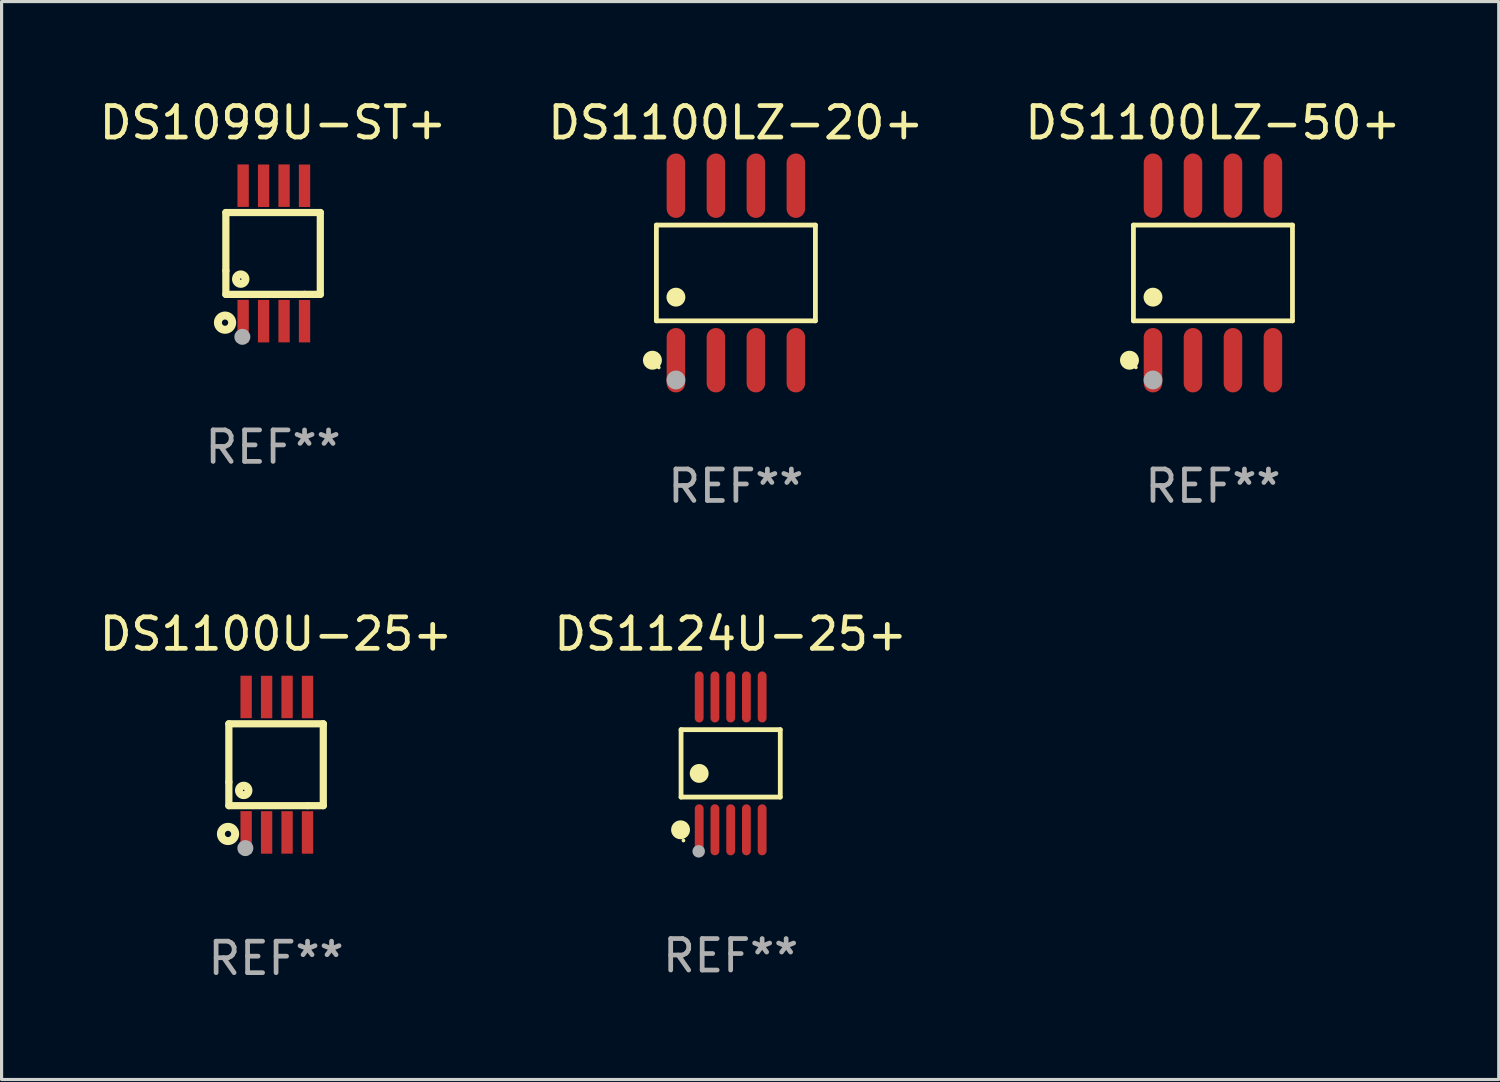
<source format=kicad_pcb>
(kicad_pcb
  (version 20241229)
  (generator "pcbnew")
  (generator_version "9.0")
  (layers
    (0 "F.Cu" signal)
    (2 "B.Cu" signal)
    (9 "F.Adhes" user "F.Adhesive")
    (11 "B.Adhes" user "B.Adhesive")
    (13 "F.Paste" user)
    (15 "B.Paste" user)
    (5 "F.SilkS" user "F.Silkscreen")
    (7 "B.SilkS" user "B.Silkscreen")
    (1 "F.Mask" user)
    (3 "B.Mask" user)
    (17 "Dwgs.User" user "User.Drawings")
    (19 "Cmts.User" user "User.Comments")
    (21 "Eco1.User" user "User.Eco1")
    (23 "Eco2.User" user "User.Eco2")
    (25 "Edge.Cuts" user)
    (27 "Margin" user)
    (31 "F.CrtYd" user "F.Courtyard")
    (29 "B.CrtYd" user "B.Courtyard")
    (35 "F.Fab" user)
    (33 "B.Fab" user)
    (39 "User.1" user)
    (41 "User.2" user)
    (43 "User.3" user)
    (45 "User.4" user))
  (footprint "DS1100LZ-20+"
    (layer "F.Cu")
    (at 20.327 5.621)
    (property "Reference" "DS1100LZ-20+" (at 0 -4.772 0) (layer "F.SilkS") (effects (font (size 1 1) (thickness 0.15))))
    (attr through_hole)
    (fp_line (start -2.526 -1.521) (end 2.526 -1.521) (stroke (width 0.152) (type solid)) (layer "F.SilkS"))
    (fp_line (start -2.526 1.521) (end -2.526 -1.521) (stroke (width 0.152) (type solid)) (layer "F.SilkS"))
    (fp_line (start 2.526 -1.521) (end 2.526 1.521) (stroke (width 0.152) (type solid)) (layer "F.SilkS"))
    (fp_line (start 2.526 1.521) (end -2.526 1.521) (stroke (width 0.152) (type solid)) (layer "F.SilkS"))
    (fp_circle (center -2.652 2.772) (end -2.501 2.772) (stroke (width 0.3) (type solid)) (fill no) (layer "F.SilkS"))
    (fp_circle (center -2.45 3) (end -2.42 3) (stroke (width 0.06) (type solid)) (fill no) (layer "F.SilkS"))
    (fp_circle (center -1.905 0.769) (end -1.755 0.769) (stroke (width 0.3) (type solid)) (fill no) (layer "F.SilkS"))
    (fp_circle (center -1.905 3.4) (end -1.755 3.4) (stroke (width 0.3) (type solid)) (fill no) (layer "F.Fab"))
    (fp_text user "REF**" (at 0 6.772 0) (layer "F.Fab") (effects (font (size 1 1) (thickness 0.15))))
    (pad "1" smd oval (at -1.905 2.772) (size 0.588 2.045) (layers "F.Cu" "F.Mask" "F.Paste"))
    (pad "2" smd oval (at -0.635 2.772) (size 0.588 2.045) (layers "F.Cu" "F.Mask" "F.Paste"))
    (pad "3" smd oval (at 0.635 2.772) (size 0.588 2.045) (layers "F.Cu" "F.Mask" "F.Paste"))
    (pad "4" smd oval (at 1.905 2.772) (size 0.588 2.045) (layers "F.Cu" "F.Mask" "F.Paste"))
    (pad "5" smd oval (at 1.905 -2.772) (size 0.588 2.045) (layers "F.Cu" "F.Mask" "F.Paste"))
    (pad "6" smd oval (at 0.635 -2.772) (size 0.588 2.045) (layers "F.Cu" "F.Mask" "F.Paste"))
    (pad "7" smd oval (at -0.635 -2.772) (size 0.588 2.045) (layers "F.Cu" "F.Mask" "F.Paste"))
    (pad "8" smd oval (at -1.905 -2.772) (size 0.588 2.045) (layers "F.Cu" "F.Mask" "F.Paste")))
  (footprint "DS1099U-ST+"
    (layer "F.Cu")
    (at 5.625 5)
    (property "Reference" "DS1099U-ST+" (at 0 -4.152 0) (layer "F.SilkS") (effects (font (size 1 1) (thickness 0.15))))
    (attr through_hole)
    (fp_line (start -1.5 1.301) (end 1 1.301) (stroke (width 0.229) (type solid)) (layer "F.SilkS"))
    (fp_line (start -1.5 -1.299) (end -1.5 0.551) (stroke (width 0.229) (type solid)) (layer "F.SilkS"))
    (fp_line (start -1.5 0.551) (end -1.5 1.301) (stroke (width 0.229) (type solid)) (layer "F.SilkS"))
    (fp_line (start 1 1.301) (end 1.5 1.301) (stroke (width 0.229) (type solid)) (layer "F.SilkS"))
    (fp_line (start 1.5 1.301) (end 1.5 -1.299) (stroke (width 0.229) (type solid)) (layer "F.SilkS"))
    (fp_line (start 1.5 -1.299) (end -1.5 -1.299) (stroke (width 0.229) (type solid)) (layer "F.SilkS"))
    (fp_circle (center -1.526 2.2) (end -1.426 2.2) (stroke (width 0.254) (type solid)) (fill no) (layer "F.SilkS"))
    (fp_circle (center -1.476 2.45) (end -1.446 2.45) (stroke (width 0.06) (type solid)) (fill no) (layer "F.SilkS"))
    (fp_circle (center -1.028 0.817) (end -0.878 0.817) (stroke (width 0.254) (type solid)) (fill no) (layer "F.SilkS"))
    (fp_circle (center -0.976 2.65) (end -0.849 2.65) (stroke (width 0.254) (type solid)) (fill no) (layer "F.Fab"))
    (fp_text user "REF**" (at 0 6.152 0) (layer "F.Fab") (effects (font (size 1 1) (thickness 0.15))))
    (pad "1" smd rect (at -0.951 2.15) (size 0.36 1.35) (layers "F.Cu" "F.Mask" "F.Paste"))
    (pad "2" smd rect (at -0.301 2.152) (size 0.36 1.35) (layers "F.Cu" "F.Mask" "F.Paste"))
    (pad "3" smd rect (at 0.349 2.151) (size 0.36 1.35) (layers "F.Cu" "F.Mask" "F.Paste"))
    (pad "4" smd rect (at 0.999 2.152) (size 0.36 1.35) (layers "F.Cu" "F.Mask" "F.Paste"))
    (pad "5" smd rect (at 0.999 -2.149) (size 0.36 1.35) (layers "F.Cu" "F.Mask" "F.Paste"))
    (pad "6" smd rect (at 0.349 -2.152) (size 0.36 1.35) (layers "F.Cu" "F.Mask" "F.Paste"))
    (pad "7" smd rect (at -0.301 -2.149) (size 0.36 1.35) (layers "F.Cu" "F.Mask" "F.Paste"))
    (pad "8" smd rect (at -0.951 -2.152) (size 0.36 1.35) (layers "F.Cu" "F.Mask" "F.Paste")))
  (footprint "DS1100LZ-50+"
    (layer "F.Cu")
    (at 35.482 5.621)
    (property "Reference" "DS1100LZ-50+" (at 0 -4.772 0) (layer "F.SilkS") (effects (font (size 1 1) (thickness 0.15))))
    (attr through_hole)
    (fp_line (start -2.526 -1.521) (end 2.526 -1.521) (stroke (width 0.152) (type solid)) (layer "F.SilkS"))
    (fp_line (start -2.526 1.521) (end -2.526 -1.521) (stroke (width 0.152) (type solid)) (layer "F.SilkS"))
    (fp_line (start 2.526 -1.521) (end 2.526 1.521) (stroke (width 0.152) (type solid)) (layer "F.SilkS"))
    (fp_line (start 2.526 1.521) (end -2.526 1.521) (stroke (width 0.152) (type solid)) (layer "F.SilkS"))
    (fp_circle (center -2.652 2.772) (end -2.501 2.772) (stroke (width 0.3) (type solid)) (fill no) (layer "F.SilkS"))
    (fp_circle (center -2.45 3) (end -2.42 3) (stroke (width 0.06) (type solid)) (fill no) (layer "F.SilkS"))
    (fp_circle (center -1.905 0.769) (end -1.755 0.769) (stroke (width 0.3) (type solid)) (fill no) (layer "F.SilkS"))
    (fp_circle (center -1.905 3.4) (end -1.755 3.4) (stroke (width 0.3) (type solid)) (fill no) (layer "F.Fab"))
    (fp_text user "REF**" (at 0 6.772 0) (layer "F.Fab") (effects (font (size 1 1) (thickness 0.15))))
    (pad "1" smd oval (at -1.905 2.772) (size 0.588 2.045) (layers "F.Cu" "F.Mask" "F.Paste"))
    (pad "2" smd oval (at -0.635 2.772) (size 0.588 2.045) (layers "F.Cu" "F.Mask" "F.Paste"))
    (pad "3" smd oval (at 0.635 2.772) (size 0.588 2.045) (layers "F.Cu" "F.Mask" "F.Paste"))
    (pad "4" smd oval (at 1.905 2.772) (size 0.588 2.045) (layers "F.Cu" "F.Mask" "F.Paste"))
    (pad "5" smd oval (at 1.905 -2.772) (size 0.588 2.045) (layers "F.Cu" "F.Mask" "F.Paste"))
    (pad "6" smd oval (at 0.635 -2.772) (size 0.588 2.045) (layers "F.Cu" "F.Mask" "F.Paste"))
    (pad "7" smd oval (at -0.635 -2.772) (size 0.588 2.045) (layers "F.Cu" "F.Mask" "F.Paste"))
    (pad "8" smd oval (at -1.905 -2.772) (size 0.588 2.045) (layers "F.Cu" "F.Mask" "F.Paste")))
  (footprint "DS1100U-25+"
    (layer "F.Cu")
    (at 5.72 21.242)
    (property "Reference" "DS1100U-25+" (at 0 -4.152 0) (layer "F.SilkS") (effects (font (size 1 1) (thickness 0.15))))
    (attr through_hole)
    (fp_line (start -1.5 1.301) (end 1 1.301) (stroke (width 0.229) (type solid)) (layer "F.SilkS"))
    (fp_line (start -1.5 -1.299) (end -1.5 0.551) (stroke (width 0.229) (type solid)) (layer "F.SilkS"))
    (fp_line (start -1.5 0.551) (end -1.5 1.301) (stroke (width 0.229) (type solid)) (layer "F.SilkS"))
    (fp_line (start 1 1.301) (end 1.5 1.301) (stroke (width 0.229) (type solid)) (layer "F.SilkS"))
    (fp_line (start 1.5 1.301) (end 1.5 -1.299) (stroke (width 0.229) (type solid)) (layer "F.SilkS"))
    (fp_line (start 1.5 -1.299) (end -1.5 -1.299) (stroke (width 0.229) (type solid)) (layer "F.SilkS"))
    (fp_circle (center -1.526 2.2) (end -1.426 2.2) (stroke (width 0.254) (type solid)) (fill no) (layer "F.SilkS"))
    (fp_circle (center -1.476 2.45) (end -1.446 2.45) (stroke (width 0.06) (type solid)) (fill no) (layer "F.SilkS"))
    (fp_circle (center -1.028 0.817) (end -0.878 0.817) (stroke (width 0.254) (type solid)) (fill no) (layer "F.SilkS"))
    (fp_circle (center -0.976 2.65) (end -0.849 2.65) (stroke (width 0.254) (type solid)) (fill no) (layer "F.Fab"))
    (fp_text user "REF**" (at 0 6.152 0) (layer "F.Fab") (effects (font (size 1 1) (thickness 0.15))))
    (pad "1" smd rect (at -0.951 2.15) (size 0.36 1.35) (layers "F.Cu" "F.Mask" "F.Paste"))
    (pad "2" smd rect (at -0.301 2.152) (size 0.36 1.35) (layers "F.Cu" "F.Mask" "F.Paste"))
    (pad "3" smd rect (at 0.349 2.151) (size 0.36 1.35) (layers "F.Cu" "F.Mask" "F.Paste"))
    (pad "4" smd rect (at 0.999 2.152) (size 0.36 1.35) (layers "F.Cu" "F.Mask" "F.Paste"))
    (pad "5" smd rect (at 0.999 -2.149) (size 0.36 1.35) (layers "F.Cu" "F.Mask" "F.Paste"))
    (pad "6" smd rect (at 0.349 -2.152) (size 0.36 1.35) (layers "F.Cu" "F.Mask" "F.Paste"))
    (pad "7" smd rect (at -0.301 -2.149) (size 0.36 1.35) (layers "F.Cu" "F.Mask" "F.Paste"))
    (pad "8" smd rect (at -0.951 -2.152) (size 0.36 1.35) (layers "F.Cu" "F.Mask" "F.Paste")))
  (footprint "DS1124U-25+"
    (layer "F.Cu")
    (at 20.161 21.2)
    (property "Reference" "DS1124U-25+" (at 0 -4.11 0) (layer "F.SilkS") (effects (font (size 1 1) (thickness 0.15))))
    (attr through_hole)
    (fp_line (start -1.576 -1.071) (end 1.576 -1.071) (stroke (width 0.152) (type solid)) (layer "F.SilkS"))
    (fp_line (start -1.576 1.071) (end -1.576 -1.071) (stroke (width 0.152) (type solid)) (layer "F.SilkS"))
    (fp_line (start 1.576 -1.071) (end 1.576 1.071) (stroke (width 0.152) (type solid)) (layer "F.SilkS"))
    (fp_line (start 1.576 1.071) (end -1.576 1.071) (stroke (width 0.152) (type solid)) (layer "F.SilkS"))
    (fp_circle (center -1.592 2.11) (end -1.442 2.11) (stroke (width 0.3) (type solid)) (fill no) (layer "F.SilkS"))
    (fp_circle (center -1.5 2.45) (end -1.47 2.45) (stroke (width 0.06) (type solid)) (fill no) (layer "F.SilkS"))
    (fp_circle (center -1 0.319) (end -0.85 0.319) (stroke (width 0.3) (type solid)) (fill no) (layer "F.SilkS"))
    (fp_circle (center -1.016 2.794) (end -0.916 2.794) (stroke (width 0.2) (type solid)) (fill no) (layer "F.Fab"))
    (fp_text user "REF**" (at 0 6.11 0) (layer "F.Fab") (effects (font (size 1 1) (thickness 0.15))))
    (pad "1" smd oval (at -1 2.11) (size 0.28 1.62) (layers "F.Cu" "F.Mask" "F.Paste"))
    (pad "2" smd oval (at -0.5 2.11) (size 0.28 1.62) (layers "F.Cu" "F.Mask" "F.Paste"))
    (pad "3" smd oval (at 0 2.11) (size 0.28 1.62) (layers "F.Cu" "F.Mask" "F.Paste"))
    (pad "4" smd oval (at 0.5 2.11) (size 0.28 1.62) (layers "F.Cu" "F.Mask" "F.Paste"))
    (pad "5" smd oval (at 1 2.11) (size 0.28 1.62) (layers "F.Cu" "F.Mask" "F.Paste"))
    (pad "6" smd oval (at 1 -2.11) (size 0.28 1.62) (layers "F.Cu" "F.Mask" "F.Paste"))
    (pad "7" smd oval (at 0.5 -2.11) (size 0.28 1.62) (layers "F.Cu" "F.Mask" "F.Paste"))
    (pad "8" smd oval (at 0 -2.11) (size 0.28 1.62) (layers "F.Cu" "F.Mask" "F.Paste"))
    (pad "9" smd oval (at -0.5 -2.11) (size 0.28 1.62) (layers "F.Cu" "F.Mask" "F.Paste"))
    (pad "10" smd oval (at -1 -2.11) (size 0.28 1.62) (layers "F.Cu" "F.Mask" "F.Paste")))
  (gr_rect
    (start -3 -3)
    (end 44.56 31.242)
    (stroke (width 0.1) (type default))
    (fill no)
    (layer "Edge.Cuts")))
</source>
